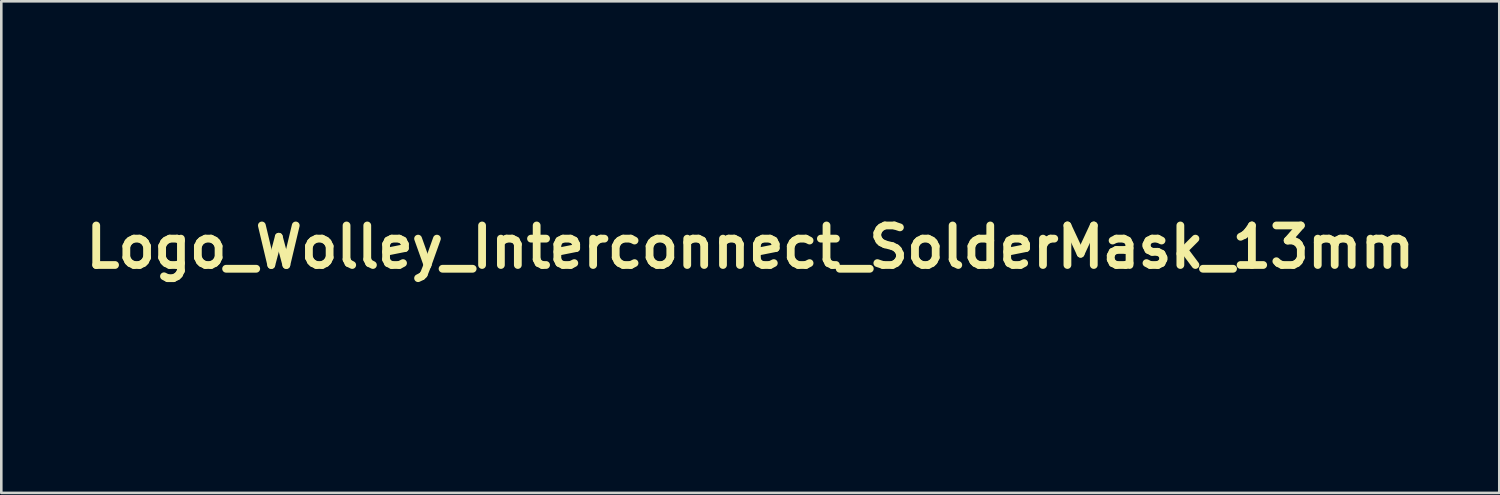
<source format=kicad_pcb>
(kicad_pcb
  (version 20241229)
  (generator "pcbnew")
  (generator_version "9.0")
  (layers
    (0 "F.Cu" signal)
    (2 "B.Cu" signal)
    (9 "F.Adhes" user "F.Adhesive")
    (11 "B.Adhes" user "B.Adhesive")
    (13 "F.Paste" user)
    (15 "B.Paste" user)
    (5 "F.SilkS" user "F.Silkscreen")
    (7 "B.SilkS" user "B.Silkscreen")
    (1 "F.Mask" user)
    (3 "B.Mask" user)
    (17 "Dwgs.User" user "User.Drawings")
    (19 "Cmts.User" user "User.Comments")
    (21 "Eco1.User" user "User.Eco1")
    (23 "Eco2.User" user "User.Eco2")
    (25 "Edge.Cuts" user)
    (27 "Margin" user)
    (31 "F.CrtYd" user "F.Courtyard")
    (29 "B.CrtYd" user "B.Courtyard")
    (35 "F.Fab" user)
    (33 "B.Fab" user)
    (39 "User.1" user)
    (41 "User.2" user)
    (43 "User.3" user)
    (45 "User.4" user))
  (footprint "Logo_Wolley_Interconnect_SolderMask_13mm"
    (layer "F.Cu")
    (at 25.879 6.478)
    (property "Reference" "Logo_Wolley_Interconnect_SolderMask_13mm" (at 0 0 0) (layer "F.SilkS") (effects (font (size 1.524 1.524) (thickness 0.3))))
    (attr through_hole)
    (fp_poly (pts (xy 1.492 4.038) (xy 1.503 4.042) (xy 1.509 4.05) (xy 1.512 4.06) (xy 1.51 4.074) (xy 1.505 4.089) (xy 1.496 4.106) (xy 1.484 4.125) (xy 1.47 4.144) (xy 1.453 4.164) (xy 1.433 4.184) (xy 1.412 4.203) (xy 1.388 4.222) (xy 1.366 4.238) (xy 1.353 4.247) (xy 1.339 4.255) (xy 1.328 4.262) (xy 1.327 4.262) (xy 1.317 4.268) (xy 1.306 4.274) (xy 1.294 4.279) (xy 1.282 4.285) (xy 1.273 4.289) (xy 1.266 4.291) (xy 1.264 4.292) (xy 1.265 4.287) (xy 1.268 4.278) (xy 1.273 4.266) (xy 1.279 4.253) (xy 1.285 4.239) (xy 1.291 4.226) (xy 1.292 4.224) (xy 1.308 4.195) (xy 1.326 4.167) (xy 1.346 4.14) (xy 1.366 4.116) (xy 1.387 4.094) (xy 1.409 4.075) (xy 1.429 4.059) (xy 1.449 4.047) (xy 1.467 4.04) (xy 1.484 4.037) (xy 1.492 4.038)) (stroke (width 0.01) (type solid)) (fill yes) (layer "F.Mask"))
    (fp_poly (pts (xy -1.139 0.059) (xy -1.133 0.063) (xy -1.121 0.069) (xy -1.105 0.078) (xy -1.086 0.09) (xy -1.062 0.103) (xy -1.035 0.119) (xy -1.006 0.136) (xy -0.974 0.154) (xy -0.939 0.174) (xy -0.903 0.195) (xy -0.866 0.216) (xy -0.841 0.231) (xy -0.803 0.253) (xy -0.768 0.273) (xy -0.734 0.293) (xy -0.702 0.311) (xy -0.673 0.328) (xy -0.646 0.344) (xy -0.623 0.357) (xy -0.603 0.369) (xy -0.588 0.378) (xy -0.576 0.384) (xy -0.57 0.388) (xy -0.568 0.39) (xy -0.567 0.393) (xy -0.567 0.402) (xy -0.567 0.416) (xy -0.567 0.435) (xy -0.566 0.459) (xy -0.566 0.487) (xy -0.566 0.518) (xy -0.566 0.553) (xy -0.566 0.591) (xy -0.566 0.631) (xy -0.566 0.674) (xy -0.566 0.719) (xy -0.566 0.738) (xy -0.567 1.084) (xy -0.866 0.911) (xy -1.166 0.738) (xy -1.166 0.39) (xy -1.167 0.043) (xy -1.139 0.059)) (stroke (width 0.01) (type solid)) (fill yes) (layer "F.Mask"))
    (fp_poly (pts (xy 1.916 4.784) (xy 1.919 4.788) (xy 1.917 4.796) (xy 1.916 4.799) (xy 1.911 4.808) (xy 1.903 4.82) (xy 1.892 4.833) (xy 1.878 4.85) (xy 1.86 4.87) (xy 1.838 4.893) (xy 1.825 4.907) (xy 1.795 4.937) (xy 1.768 4.963) (xy 1.744 4.984) (xy 1.723 5.002) (xy 1.704 5.016) (xy 1.686 5.027) (xy 1.67 5.035) (xy 1.655 5.041) (xy 1.652 5.041) (xy 1.636 5.045) (xy 1.625 5.046) (xy 1.617 5.044) (xy 1.615 5.042) (xy 1.613 5.036) (xy 1.616 5.026) (xy 1.622 5.013) (xy 1.632 4.997) (xy 1.645 4.98) (xy 1.66 4.961) (xy 1.678 4.942) (xy 1.694 4.926) (xy 1.709 4.912) (xy 1.728 4.896) (xy 1.748 4.88) (xy 1.77 4.864) (xy 1.792 4.848) (xy 1.815 4.833) (xy 1.836 4.819) (xy 1.856 4.806) (xy 1.874 4.796) (xy 1.89 4.789) (xy 1.901 4.784) (xy 1.908 4.783) (xy 1.916 4.784)) (stroke (width 0.01) (type solid)) (fill yes) (layer "F.Mask"))
    (fp_poly (pts (xy 0.601 3.499) (xy 0.604 3.504) (xy 0.603 3.513) (xy 0.599 3.527) (xy 0.599 3.527) (xy 0.59 3.554) (xy 0.577 3.585) (xy 0.561 3.619) (xy 0.542 3.656) (xy 0.521 3.694) (xy 0.498 3.733) (xy 0.474 3.772) (xy 0.448 3.811) (xy 0.422 3.849) (xy 0.396 3.885) (xy 0.37 3.919) (xy 0.345 3.949) (xy 0.333 3.962) (xy 0.32 3.976) (xy 0.309 3.988) (xy 0.297 4) (xy 0.284 4.011) (xy 0.268 4.025) (xy 0.259 4.033) (xy 0.255 4.035) (xy 0.254 4.034) (xy 0.255 4.03) (xy 0.259 4.021) (xy 0.265 4.009) (xy 0.273 3.993) (xy 0.282 3.975) (xy 0.292 3.955) (xy 0.303 3.934) (xy 0.314 3.913) (xy 0.325 3.891) (xy 0.335 3.871) (xy 0.343 3.856) (xy 0.364 3.82) (xy 0.385 3.783) (xy 0.406 3.747) (xy 0.428 3.712) (xy 0.45 3.678) (xy 0.471 3.645) (xy 0.492 3.615) (xy 0.512 3.587) (xy 0.531 3.563) (xy 0.548 3.542) (xy 0.563 3.524) (xy 0.576 3.511) (xy 0.586 3.503) (xy 0.588 3.503) (xy 0.596 3.499) (xy 0.601 3.499)) (stroke (width 0.01) (type solid)) (fill yes) (layer "F.Mask"))
    (fp_poly (pts (xy 1.185 3.501) (xy 1.186 3.508) (xy 1.184 3.52) (xy 1.179 3.537) (xy 1.17 3.558) (xy 1.159 3.584) (xy 1.15 3.603) (xy 1.126 3.652) (xy 1.098 3.703) (xy 1.067 3.754) (xy 1.035 3.805) (xy 1.003 3.853) (xy 0.97 3.897) (xy 0.938 3.937) (xy 0.937 3.938) (xy 0.928 3.949) (xy 0.916 3.961) (xy 0.903 3.975) (xy 0.889 3.988) (xy 0.876 4.002) (xy 0.863 4.014) (xy 0.853 4.024) (xy 0.845 4.03) (xy 0.841 4.033) (xy 0.837 4.035) (xy 0.836 4.034) (xy 0.837 4.029) (xy 0.839 4.025) (xy 0.842 4.018) (xy 0.848 4.006) (xy 0.856 3.991) (xy 0.865 3.972) (xy 0.875 3.952) (xy 0.887 3.931) (xy 0.898 3.909) (xy 0.909 3.887) (xy 0.92 3.867) (xy 0.93 3.849) (xy 0.938 3.834) (xy 0.939 3.832) (xy 0.963 3.789) (xy 0.988 3.747) (xy 1.013 3.706) (xy 1.039 3.667) (xy 1.063 3.631) (xy 1.087 3.598) (xy 1.109 3.568) (xy 1.13 3.543) (xy 1.148 3.523) (xy 1.149 3.522) (xy 1.163 3.509) (xy 1.173 3.501) (xy 1.18 3.499) (xy 1.185 3.501)) (stroke (width 0.01) (type solid)) (fill yes) (layer "F.Mask"))
    (fp_poly (pts (xy -2.894 -2.955) (xy -2.886 -2.95) (xy -2.874 -2.943) (xy -2.857 -2.934) (xy -2.837 -2.922) (xy -2.813 -2.908) (xy -2.785 -2.892) (xy -2.755 -2.875) (xy -2.722 -2.856) (xy -2.687 -2.836) (xy -2.65 -2.814) (xy -2.612 -2.792) (xy -2.596 -2.783) (xy -2.298 -2.611) (xy -2.298 -2.264) (xy -2.298 -2.219) (xy -2.298 -2.175) (xy -2.298 -2.134) (xy -2.298 -2.095) (xy -2.298 -2.059) (xy -2.298 -2.026) (xy -2.298 -1.996) (xy -2.298 -1.971) (xy -2.298 -1.95) (xy -2.298 -1.934) (xy -2.298 -1.923) (xy -2.299 -1.917) (xy -2.299 -1.917) (xy -2.301 -1.918) (xy -2.309 -1.923) (xy -2.321 -1.93) (xy -2.337 -1.939) (xy -2.358 -1.951) (xy -2.382 -1.964) (xy -2.409 -1.98) (xy -2.439 -1.997) (xy -2.472 -2.016) (xy -2.507 -2.037) (xy -2.544 -2.058) (xy -2.582 -2.08) (xy -2.599 -2.09) (xy -2.899 -2.263) (xy -2.899 -2.61) (xy -2.899 -2.655) (xy -2.899 -2.699) (xy -2.899 -2.74) (xy -2.899 -2.779) (xy -2.899 -2.815) (xy -2.899 -2.848) (xy -2.899 -2.877) (xy -2.898 -2.903) (xy -2.898 -2.923) (xy -2.898 -2.939) (xy -2.897 -2.95) (xy -2.897 -2.956) (xy -2.897 -2.956) (xy -2.894 -2.955)) (stroke (width 0.01) (type solid)) (fill yes) (layer "F.Mask"))
    (fp_poly (pts (xy -2.892 -0.953) (xy -2.884 -0.948) (xy -2.872 -0.941) (xy -2.855 -0.932) (xy -2.835 -0.92) (xy -2.811 -0.907) (xy -2.785 -0.892) (xy -2.756 -0.875) (xy -2.726 -0.857) (xy -2.693 -0.838) (xy -2.675 -0.828) (xy -2.64 -0.808) (xy -2.604 -0.787) (xy -2.569 -0.767) (xy -2.534 -0.747) (xy -2.502 -0.728) (xy -2.471 -0.71) (xy -2.443 -0.694) (xy -2.419 -0.68) (xy -2.398 -0.668) (xy -2.382 -0.659) (xy -2.381 -0.658) (xy -2.361 -0.647) (xy -2.343 -0.636) (xy -2.327 -0.627) (xy -2.314 -0.62) (xy -2.305 -0.614) (xy -2.301 -0.611) (xy -2.3 -0.611) (xy -2.3 -0.608) (xy -2.3 -0.599) (xy -2.299 -0.585) (xy -2.299 -0.566) (xy -2.299 -0.542) (xy -2.299 -0.514) (xy -2.299 -0.483) (xy -2.299 -0.448) (xy -2.298 -0.41) (xy -2.298 -0.369) (xy -2.298 -0.327) (xy -2.299 -0.282) (xy -2.299 -0.263) (xy -2.299 0.084) (xy -2.599 -0.089) (xy -2.898 -0.262) (xy -2.899 -0.609) (xy -2.899 -0.663) (xy -2.899 -0.711) (xy -2.899 -0.754) (xy -2.899 -0.792) (xy -2.899 -0.825) (xy -2.899 -0.853) (xy -2.899 -0.877) (xy -2.899 -0.897) (xy -2.898 -0.914) (xy -2.898 -0.927) (xy -2.898 -0.937) (xy -2.897 -0.945) (xy -2.897 -0.95) (xy -2.896 -0.953) (xy -2.896 -0.954) (xy -2.895 -0.954) (xy -2.892 -0.953)) (stroke (width 0.01) (type solid)) (fill yes) (layer "F.Mask"))
    (fp_poly (pts (xy 1.165 -4.453) (xy 1.165 -4.445) (xy 1.165 -4.43) (xy 1.166 -4.411) (xy 1.166 -4.386) (xy 1.166 -4.356) (xy 1.166 -4.321) (xy 1.166 -4.282) (xy 1.166 -4.239) (xy 1.166 -4.191) (xy 1.166 -4.14) (xy 1.166 -4.11) (xy 1.166 -3.763) (xy -0.381 -2.87) (xy -0.471 -2.818) (xy -0.56 -2.767) (xy -0.648 -2.716) (xy -0.734 -2.666) (xy -0.819 -2.617) (xy -0.902 -2.569) (xy -0.983 -2.523) (xy -1.062 -2.477) (xy -1.139 -2.433) (xy -1.213 -2.39) (xy -1.285 -2.348) (xy -1.354 -2.308) (xy -1.421 -2.27) (xy -1.484 -2.233) (xy -1.545 -2.198) (xy -1.602 -2.165) (xy -1.656 -2.134) (xy -1.706 -2.105) (xy -1.752 -2.078) (xy -1.795 -2.054) (xy -1.834 -2.031) (xy -1.868 -2.012) (xy -1.898 -1.994) (xy -1.924 -1.979) (xy -1.945 -1.967) (xy -1.961 -1.958) (xy -1.973 -1.951) (xy -1.979 -1.947) (xy -1.98 -1.947) (xy -2.032 -1.917) (xy -2.032 -2.611) (xy -0.435 -3.533) (xy -0.344 -3.586) (xy -0.254 -3.638) (xy -0.165 -3.689) (xy -0.079 -3.739) (xy 0.007 -3.788) (xy 0.09 -3.836) (xy 0.171 -3.883) (xy 0.25 -3.929) (xy 0.327 -3.973) (xy 0.402 -4.016) (xy 0.474 -4.058) (xy 0.543 -4.098) (xy 0.609 -4.136) (xy 0.672 -4.172) (xy 0.732 -4.207) (xy 0.789 -4.24) (xy 0.843 -4.271) (xy 0.892 -4.299) (xy 0.939 -4.326) (xy 0.981 -4.35) (xy 1.019 -4.372) (xy 1.053 -4.392) (xy 1.083 -4.409) (xy 1.108 -4.424) (xy 1.129 -4.436) (xy 1.145 -4.445) (xy 1.157 -4.452) (xy 1.163 -4.455) (xy 1.164 -4.456) (xy 1.165 -4.453)) (stroke (width 0.01) (type solid)) (fill yes) (layer "F.Mask"))
    (fp_poly (pts (xy 2.899 -0.763) (xy 1.302 0.16) (xy 1.21 0.213) (xy 1.12 0.264) (xy 1.032 0.316) (xy 0.945 0.366) (xy 0.86 0.415) (xy 0.776 0.463) (xy 0.695 0.51) (xy 0.616 0.556) (xy 0.539 0.6) (xy 0.465 0.643) (xy 0.393 0.684) (xy 0.324 0.724) (xy 0.257 0.763) (xy 0.194 0.799) (xy 0.134 0.834) (xy 0.077 0.866) (xy 0.024 0.897) (xy -0.026 0.926) (xy -0.072 0.953) (xy -0.114 0.977) (xy -0.153 0.999) (xy -0.187 1.019) (xy -0.217 1.036) (xy -0.242 1.05) (xy -0.263 1.062) (xy -0.279 1.072) (xy -0.29 1.078) (xy -0.296 1.082) (xy -0.298 1.082) (xy -0.298 1.079) (xy -0.298 1.071) (xy -0.298 1.057) (xy -0.298 1.038) (xy -0.299 1.015) (xy -0.299 0.987) (xy -0.299 0.956) (xy -0.299 0.921) (xy -0.299 0.883) (xy -0.299 0.843) (xy -0.299 0.8) (xy -0.299 0.756) (xy -0.299 0.735) (xy -0.298 0.389) (xy 1.293 -0.53) (xy 1.384 -0.582) (xy 1.473 -0.634) (xy 1.562 -0.685) (xy 1.649 -0.735) (xy 1.734 -0.784) (xy 1.817 -0.833) (xy 1.898 -0.879) (xy 1.977 -0.925) (xy 2.054 -0.969) (xy 2.129 -1.012) (xy 2.201 -1.054) (xy 2.27 -1.094) (xy 2.336 -1.132) (xy 2.399 -1.169) (xy 2.459 -1.203) (xy 2.516 -1.236) (xy 2.57 -1.267) (xy 2.619 -1.296) (xy 2.666 -1.322) (xy 2.708 -1.347) (xy 2.746 -1.369) (xy 2.78 -1.389) (xy 2.81 -1.406) (xy 2.835 -1.421) (xy 2.856 -1.433) (xy 2.872 -1.442) (xy 2.884 -1.448) (xy 2.89 -1.452) (xy 2.891 -1.453) (xy 2.899 -1.458) (xy 2.899 -0.763)) (stroke (width 0.01) (type solid)) (fill yes) (layer "F.Mask"))
    (fp_poly (pts (xy 2.898 -3.453) (xy 2.898 -3.444) (xy 2.898 -3.43) (xy 2.898 -3.411) (xy 2.898 -3.388) (xy 2.899 -3.361) (xy 2.899 -3.329) (xy 2.899 -3.295) (xy 2.899 -3.257) (xy 2.899 -3.216) (xy 2.899 -3.174) (xy 2.899 -3.129) (xy 2.899 -3.109) (xy 2.898 -2.762) (xy 2.535 -2.553) (xy 2.492 -2.528) (xy 2.45 -2.503) (xy 2.41 -2.48) (xy 2.372 -2.458) (xy 2.336 -2.438) (xy 2.303 -2.419) (xy 2.273 -2.401) (xy 2.246 -2.386) (xy 2.222 -2.372) (xy 2.202 -2.361) (xy 2.187 -2.352) (xy 2.176 -2.345) (xy 2.169 -2.342) (xy 2.168 -2.341) (xy 2.165 -2.339) (xy 2.157 -2.335) (xy 2.144 -2.327) (xy 2.126 -2.317) (xy 2.104 -2.304) (xy 2.077 -2.289) (xy 2.046 -2.271) (xy 2.01 -2.25) (xy 1.97 -2.227) (xy 1.926 -2.202) (xy 1.878 -2.174) (xy 1.827 -2.144) (xy 1.771 -2.112) (xy 1.713 -2.078) (xy 1.651 -2.043) (xy 1.585 -2.005) (xy 1.517 -1.966) (xy 1.446 -1.924) (xy 1.372 -1.882) (xy 1.295 -1.837) (xy 1.215 -1.791) (xy 1.133 -1.744) (xy 1.049 -1.696) (xy 0.963 -1.646) (xy 0.875 -1.595) (xy 0.785 -1.543) (xy 0.693 -1.49) (xy 0.599 -1.436) (xy 0.504 -1.381) (xy 0.408 -1.325) (xy 0.363 -1.299) (xy 0.229 -1.222) (xy 0.1 -1.147) (xy -0.024 -1.075) (xy -0.144 -1.007) (xy -0.258 -0.941) (xy -0.367 -0.877) (xy -0.472 -0.817) (xy -0.573 -0.759) (xy -0.669 -0.703) (xy -0.76 -0.65) (xy -0.848 -0.6) (xy -0.931 -0.552) (xy -1.01 -0.506) (xy -1.085 -0.463) (xy -1.157 -0.421) (xy -1.225 -0.382) (xy -1.289 -0.345) (xy -1.349 -0.31) (xy -1.407 -0.277) (xy -1.46 -0.246) (xy -1.511 -0.217) (xy -1.558 -0.19) (xy -1.603 -0.164) (xy -1.644 -0.14) (xy -1.683 -0.118) (xy -1.719 -0.097) (xy -1.752 -0.078) (xy -1.783 -0.06) (xy -1.811 -0.043) (xy -1.837 -0.028) (xy -1.861 -0.014) (xy -1.883 -0.002) (xy -1.903 0.009) (xy -1.92 0.02) (xy -1.936 0.029) (xy -1.951 0.037) (xy -1.963 0.044) (xy -1.974 0.051) (xy -1.984 0.056) (xy -1.992 0.061) (xy -1.999 0.065) (xy -2.005 0.069) (xy -2.01 0.072) (xy -2.014 0.074) (xy -2.018 0.076) (xy -2.02 0.077) (xy -2.022 0.079) (xy -2.023 0.079) (xy -2.024 0.08) (xy -2.025 0.08) (xy -2.025 0.08) (xy -2.032 0.085) (xy -2.031 -0.263) (xy -2.03 -0.612) (xy 0.432 -2.034) (xy 0.546 -2.099) (xy 0.658 -2.164) (xy 0.769 -2.228) (xy 0.878 -2.291) (xy 0.986 -2.353) (xy 1.092 -2.414) (xy 1.196 -2.474) (xy 1.298 -2.533) (xy 1.398 -2.591) (xy 1.496 -2.648) (xy 1.591 -2.703) (xy 1.684 -2.756) (xy 1.775 -2.809) (xy 1.863 -2.86) (xy 1.948 -2.909) (xy 2.031 -2.956) (xy 2.11 -3.002) (xy 2.186 -3.046) (xy 2.259 -3.088) (xy 2.329 -3.128) (xy 2.395 -3.166) (xy 2.458 -3.203) (xy 2.517 -3.237) (xy 2.572 -3.268) (xy 2.623 -3.298) (xy 2.67 -3.325) (xy 2.714 -3.35) (xy 2.752 -3.373) (xy 2.787 -3.392) (xy 2.817 -3.41) (xy 2.842 -3.424) (xy 2.863 -3.436) (xy 2.879 -3.445) (xy 2.89 -3.452) (xy 2.896 -3.455) (xy 2.897 -3.456) (xy 2.898 -3.453)) (stroke (width 0.01) (type solid)) (fill yes) (layer "F.Mask"))
    (fp_poly (pts (xy 0.439 -5.031) (xy 0.448 -5.027) (xy 0.461 -5.019) (xy 0.478 -5.009) (xy 0.498 -4.998) (xy 0.522 -4.984) (xy 0.548 -4.969) (xy 0.577 -4.952) (xy 0.607 -4.935) (xy 0.639 -4.916) (xy 0.672 -4.897) (xy 0.706 -4.877) (xy 0.74 -4.857) (xy 0.774 -4.838) (xy 0.808 -4.818) (xy 0.841 -4.799) (xy 0.872 -4.78) (xy 0.902 -4.763) (xy 0.93 -4.747) (xy 0.955 -4.732) (xy 0.977 -4.719) (xy 0.996 -4.708) (xy 1.012 -4.698) (xy 1.023 -4.692) (xy 1.03 -4.687) (xy 1.032 -4.686) (xy 1.029 -4.684) (xy 1.021 -4.68) (xy 1.009 -4.673) (xy 0.991 -4.662) (xy 0.969 -4.65) (xy 0.943 -4.635) (xy 0.912 -4.617) (xy 0.878 -4.597) (xy 0.84 -4.575) (xy 0.798 -4.55) (xy 0.752 -4.524) (xy 0.703 -4.496) (xy 0.651 -4.466) (xy 0.596 -4.434) (xy 0.538 -4.401) (xy 0.478 -4.366) (xy 0.415 -4.329) (xy 0.35 -4.292) (xy 0.282 -4.253) (xy 0.213 -4.213) (xy 0.142 -4.172) (xy 0.069 -4.13) (xy -0.005 -4.087) (xy -0.08 -4.044) (xy -0.156 -4) (xy -0.234 -3.955) (xy -0.312 -3.91) (xy -0.39 -3.864) (xy -0.469 -3.819) (xy -0.548 -3.773) (xy -0.627 -3.727) (xy -0.706 -3.682) (xy -0.785 -3.636) (xy -0.863 -3.591) (xy -0.941 -3.546) (xy -1.018 -3.502) (xy -1.094 -3.458) (xy -1.168 -3.415) (xy -1.241 -3.373) (xy -1.313 -3.332) (xy -1.383 -3.291) (xy -1.451 -3.252) (xy -1.517 -3.214) (xy -1.581 -3.177) (xy -1.643 -3.141) (xy -1.702 -3.107) (xy -1.758 -3.075) (xy -1.811 -3.044) (xy -1.861 -3.015) (xy -1.908 -2.988) (xy -1.952 -2.963) (xy -1.991 -2.94) (xy -2.028 -2.919) (xy -2.06 -2.901) (xy -2.088 -2.885) (xy -2.111 -2.871) (xy -2.131 -2.86) (xy -2.145 -2.852) (xy -2.155 -2.846) (xy -2.16 -2.843) (xy -2.16 -2.843) (xy -2.162 -2.843) (xy -2.165 -2.844) (xy -2.169 -2.845) (xy -2.176 -2.848) (xy -2.184 -2.853) (xy -2.195 -2.859) (xy -2.209 -2.866) (xy -2.226 -2.875) (xy -2.246 -2.887) (xy -2.269 -2.9) (xy -2.297 -2.916) (xy -2.328 -2.934) (xy -2.364 -2.954) (xy -2.404 -2.977) (xy -2.449 -3.003) (xy -2.465 -3.012) (xy -2.504 -3.035) (xy -2.542 -3.057) (xy -2.577 -3.078) (xy -2.611 -3.097) (xy -2.642 -3.115) (xy -2.67 -3.132) (xy -2.696 -3.147) (xy -2.717 -3.159) (xy -2.735 -3.17) (xy -2.749 -3.178) (xy -2.758 -3.184) (xy -2.763 -3.187) (xy -2.763 -3.187) (xy -2.761 -3.189) (xy -2.753 -3.193) (xy -2.741 -3.201) (xy -2.723 -3.211) (xy -2.702 -3.223) (xy -2.675 -3.239) (xy -2.645 -3.256) (xy -2.611 -3.276) (xy -2.572 -3.298) (xy -2.53 -3.323) (xy -2.485 -3.349) (xy -2.436 -3.377) (xy -2.384 -3.407) (xy -2.329 -3.439) (xy -2.271 -3.473) (xy -2.211 -3.508) (xy -2.148 -3.544) (xy -2.083 -3.582) (xy -2.016 -3.62) (xy -1.946 -3.66) (xy -1.875 -3.701) (xy -1.803 -3.743) (xy -1.729 -3.786) (xy -1.654 -3.83) (xy -1.577 -3.874) (xy -1.5 -3.919) (xy -1.422 -3.964) (xy -1.343 -4.009) (xy -1.264 -4.055) (xy -1.185 -4.1) (xy -1.106 -4.146) (xy -1.027 -4.192) (xy -0.948 -4.237) (xy -0.869 -4.282) (xy -0.792 -4.327) (xy -0.715 -4.372) (xy -0.639 -4.415) (xy -0.564 -4.459) (xy -0.491 -4.501) (xy -0.419 -4.542) (xy -0.349 -4.583) (xy -0.28 -4.622) (xy -0.214 -4.66) (xy -0.15 -4.697) (xy -0.088 -4.733) (xy -0.029 -4.767) (xy 0.027 -4.8) (xy 0.081 -4.83) (xy 0.131 -4.859) (xy 0.179 -4.887) (xy 0.222 -4.912) (xy 0.263 -4.935) (xy 0.299 -4.956) (xy 0.332 -4.975) (xy 0.36 -4.991) (xy 0.384 -5.005) (xy 0.404 -5.016) (xy 0.419 -5.024) (xy 0.429 -5.03) (xy 0.434 -5.033) (xy 0.435 -5.033) (xy 0.439 -5.031)) (stroke (width 0.01) (type solid)) (fill yes) (layer "F.Mask"))
    (fp_poly (pts (xy 2.171 -2.03) (xy 2.174 -2.028) (xy 2.183 -2.023) (xy 2.195 -2.016) (xy 2.212 -2.007) (xy 2.232 -1.995) (xy 2.255 -1.982) (xy 2.282 -1.967) (xy 2.31 -1.95) (xy 2.341 -1.933) (xy 2.373 -1.914) (xy 2.406 -1.895) (xy 2.44 -1.876) (xy 2.474 -1.856) (xy 2.508 -1.836) (xy 2.542 -1.817) (xy 2.574 -1.798) (xy 2.606 -1.78) (xy 2.636 -1.763) (xy 2.663 -1.747) (xy 2.688 -1.732) (xy 2.711 -1.719) (xy 2.73 -1.708) (xy 2.745 -1.699) (xy 2.756 -1.693) (xy 2.762 -1.689) (xy 2.764 -1.688) (xy 2.761 -1.686) (xy 2.754 -1.682) (xy 2.741 -1.674) (xy 2.724 -1.664) (xy 2.703 -1.651) (xy 2.676 -1.636) (xy 2.646 -1.619) (xy 2.612 -1.599) (xy 2.574 -1.576) (xy 2.532 -1.552) (xy 2.486 -1.526) (xy 2.438 -1.498) (xy 2.386 -1.468) (xy 2.331 -1.436) (xy 2.273 -1.402) (xy 2.213 -1.367) (xy 2.15 -1.331) (xy 2.085 -1.293) (xy 2.018 -1.255) (xy 1.949 -1.215) (xy 1.878 -1.174) (xy 1.805 -1.132) (xy 1.731 -1.089) (xy 1.656 -1.045) (xy 1.58 -1.001) (xy 1.503 -0.956) (xy 1.425 -0.911) (xy 1.346 -0.866) (xy 1.267 -0.82) (xy 1.188 -0.775) (xy 1.109 -0.729) (xy 1.03 -0.683) (xy 0.951 -0.638) (xy 0.872 -0.592) (xy 0.795 -0.548) (xy 0.718 -0.503) (xy 0.642 -0.459) (xy 0.567 -0.416) (xy 0.494 -0.374) (xy 0.422 -0.332) (xy 0.352 -0.292) (xy 0.283 -0.252) (xy 0.217 -0.214) (xy 0.153 -0.177) (xy 0.091 -0.142) (xy 0.032 -0.107) (xy -0.025 -0.075) (xy -0.078 -0.044) (xy -0.129 -0.015) (xy -0.176 0.012) (xy -0.22 0.038) (xy -0.26 0.061) (xy -0.297 0.082) (xy -0.33 0.1) (xy -0.358 0.117) (xy -0.382 0.131) (xy -0.402 0.142) (xy -0.417 0.151) (xy -0.428 0.157) (xy -0.433 0.16) (xy -0.434 0.16) (xy -0.437 0.158) (xy -0.445 0.154) (xy -0.457 0.147) (xy -0.474 0.138) (xy -0.494 0.126) (xy -0.519 0.112) (xy -0.546 0.096) (xy -0.576 0.079) (xy -0.609 0.06) (xy -0.644 0.04) (xy -0.681 0.018) (xy -0.72 -0.004) (xy -0.735 -0.013) (xy -0.774 -0.036) (xy -0.812 -0.057) (xy -0.848 -0.078) (xy -0.881 -0.098) (xy -0.912 -0.116) (xy -0.94 -0.132) (xy -0.966 -0.147) (xy -0.987 -0.159) (xy -1.005 -0.17) (xy -1.019 -0.178) (xy -1.028 -0.183) (xy -1.033 -0.186) (xy -1.033 -0.186) (xy -1.03 -0.188) (xy -1.023 -0.192) (xy -1.01 -0.2) (xy -0.993 -0.21) (xy -0.97 -0.223) (xy -0.944 -0.238) (xy -0.913 -0.256) (xy -0.877 -0.276) (xy -0.838 -0.299) (xy -0.795 -0.324) (xy -0.747 -0.351) (xy -0.697 -0.381) (xy -0.642 -0.412) (xy -0.584 -0.446) (xy -0.523 -0.481) (xy -0.459 -0.518) (xy -0.392 -0.557) (xy -0.322 -0.597) (xy -0.25 -0.639) (xy -0.174 -0.682) (xy -0.097 -0.727) (xy -0.017 -0.773) (xy 0.065 -0.821) (xy 0.149 -0.869) (xy 0.234 -0.919) (xy 0.322 -0.969) (xy 0.411 -1.02) (xy 0.501 -1.073) (xy 0.565 -1.11) (xy 0.676 -1.173) (xy 0.781 -1.234) (xy 0.881 -1.292) (xy 0.977 -1.347) (xy 1.067 -1.399) (xy 1.153 -1.449) (xy 1.235 -1.496) (xy 1.312 -1.54) (xy 1.384 -1.582) (xy 1.453 -1.622) (xy 1.518 -1.659) (xy 1.578 -1.694) (xy 1.635 -1.727) (xy 1.688 -1.757) (xy 1.738 -1.786) (xy 1.784 -1.813) (xy 1.827 -1.837) (xy 1.867 -1.86) (xy 1.903 -1.881) (xy 1.937 -1.9) (xy 1.967 -1.918) (xy 1.995 -1.934) (xy 2.021 -1.948) (xy 2.044 -1.961) (xy 2.064 -1.973) (xy 2.083 -1.983) (xy 2.099 -1.992) (xy 2.113 -2) (xy 2.125 -2.007) (xy 2.136 -2.013) (xy 2.145 -2.017) (xy 2.152 -2.021) (xy 2.158 -2.024) (xy 2.163 -2.027) (xy 2.166 -2.028) (xy 2.169 -2.029) (xy 2.17 -2.03) (xy 2.171 -2.03)) (stroke (width 0.01) (type solid)) (fill yes) (layer "F.Mask"))
    (fp_poly (pts (xy 2.165 -4.03) (xy 2.17 -4.028) (xy 2.176 -4.025) (xy 2.185 -4.021) (xy 2.196 -4.015) (xy 2.21 -4.007) (xy 2.227 -3.998) (xy 2.248 -3.986) (xy 2.271 -3.973) (xy 2.299 -3.957) (xy 2.331 -3.939) (xy 2.367 -3.918) (xy 2.407 -3.895) (xy 2.453 -3.869) (xy 2.465 -3.861) (xy 2.504 -3.839) (xy 2.542 -3.817) (xy 2.578 -3.796) (xy 2.611 -3.777) (xy 2.642 -3.759) (xy 2.67 -3.742) (xy 2.696 -3.727) (xy 2.717 -3.715) (xy 2.735 -3.704) (xy 2.749 -3.696) (xy 2.758 -3.69) (xy 2.762 -3.687) (xy 2.763 -3.687) (xy 2.76 -3.685) (xy 2.752 -3.68) (xy 2.74 -3.673) (xy 2.722 -3.663) (xy 2.7 -3.65) (xy 2.673 -3.634) (xy 2.642 -3.616) (xy 2.607 -3.596) (xy 2.567 -3.573) (xy 2.524 -3.548) (xy 2.476 -3.52) (xy 2.425 -3.491) (xy 2.371 -3.459) (xy 2.313 -3.425) (xy 2.251 -3.39) (xy 2.187 -3.353) (xy 2.119 -3.314) (xy 2.049 -3.273) (xy 1.976 -3.231) (xy 1.9 -3.187) (xy 1.822 -3.142) (xy 1.742 -3.095) (xy 1.659 -3.048) (xy 1.575 -2.999) (xy 1.488 -2.949) (xy 1.4 -2.898) (xy 1.31 -2.846) (xy 1.219 -2.793) (xy 1.126 -2.739) (xy 1.032 -2.685) (xy 0.937 -2.63) (xy 0.841 -2.575) (xy 0.745 -2.519) (xy 0.647 -2.463) (xy 0.55 -2.407) (xy 0.451 -2.35) (xy 0.353 -2.293) (xy 0.255 -2.236) (xy 0.156 -2.18) (xy 0.058 -2.123) (xy -0.04 -2.067) (xy -0.137 -2.01) (xy -0.234 -1.955) (xy -0.329 -1.899) (xy -0.425 -1.844) (xy -0.519 -1.79) (xy -0.611 -1.737) (xy -0.703 -1.684) (xy -0.793 -1.632) (xy -0.881 -1.581) (xy -0.968 -1.531) (xy -1.053 -1.482) (xy -1.136 -1.434) (xy -1.216 -1.387) (xy -1.295 -1.342) (xy -1.371 -1.298) (xy -1.444 -1.256) (xy -1.515 -1.215) (xy -1.583 -1.176) (xy -1.647 -1.139) (xy -1.709 -1.103) (xy -1.768 -1.07) (xy -1.823 -1.038) (xy -1.874 -1.008) (xy -1.922 -0.981) (xy -1.966 -0.956) (xy -2.006 -0.933) (xy -2.042 -0.912) (xy -2.073 -0.894) (xy -2.1 -0.878) (xy -2.123 -0.865) (xy -2.141 -0.855) (xy -2.154 -0.847) (xy -2.163 -0.842) (xy -2.166 -0.841) (xy -2.166 -0.841) (xy -2.169 -0.842) (xy -2.177 -0.847) (xy -2.189 -0.854) (xy -2.206 -0.863) (xy -2.227 -0.875) (xy -2.251 -0.889) (xy -2.278 -0.904) (xy -2.309 -0.922) (xy -2.341 -0.941) (xy -2.376 -0.961) (xy -2.413 -0.982) (xy -2.452 -1.004) (xy -2.467 -1.013) (xy -2.506 -1.036) (xy -2.543 -1.057) (xy -2.579 -1.078) (xy -2.613 -1.097) (xy -2.644 -1.115) (xy -2.672 -1.132) (xy -2.697 -1.146) (xy -2.719 -1.159) (xy -2.737 -1.169) (xy -2.751 -1.177) (xy -2.76 -1.183) (xy -2.765 -1.186) (xy -2.765 -1.186) (xy -2.763 -1.187) (xy -2.755 -1.192) (xy -2.744 -1.199) (xy -2.728 -1.208) (xy -2.708 -1.219) (xy -2.686 -1.233) (xy -2.66 -1.247) (xy -2.632 -1.264) (xy -2.602 -1.281) (xy -2.57 -1.3) (xy -2.537 -1.319) (xy -2.503 -1.338) (xy -2.469 -1.358) (xy -2.435 -1.378) (xy -2.4 -1.398) (xy -2.367 -1.417) (xy -2.335 -1.436) (xy -2.304 -1.454) (xy -2.275 -1.471) (xy -2.248 -1.486) (xy -2.225 -1.5) (xy -2.204 -1.512) (xy -2.186 -1.522) (xy -2.173 -1.529) (xy -2.164 -1.534) (xy -2.16 -1.536) (xy -2.157 -1.538) (xy -2.149 -1.543) (xy -2.136 -1.55) (xy -2.118 -1.561) (xy -2.096 -1.573) (xy -2.069 -1.589) (xy -2.038 -1.607) (xy -2.002 -1.627) (xy -1.963 -1.65) (xy -1.92 -1.675) (xy -1.873 -1.702) (xy -1.822 -1.731) (xy -1.768 -1.763) (xy -1.711 -1.795) (xy -1.651 -1.83) (xy -1.588 -1.867) (xy -1.522 -1.905) (xy -1.453 -1.944) (xy -1.382 -1.985) (xy -1.309 -2.028) (xy -1.234 -2.071) (xy -1.156 -2.116) (xy -1.077 -2.162) (xy -0.996 -2.209) (xy -0.913 -2.256) (xy -0.829 -2.305) (xy -0.744 -2.354) (xy -0.657 -2.404) (xy -0.57 -2.454) (xy -0.482 -2.505) (xy -0.393 -2.557) (xy -0.304 -2.608) (xy -0.215 -2.66) (xy -0.125 -2.711) (xy -0.035 -2.763) (xy 0.054 -2.815) (xy 0.144 -2.867) (xy 0.232 -2.918) (xy 0.321 -2.969) (xy 0.408 -3.019) (xy 0.495 -3.069) (xy 0.58 -3.119) (xy 0.664 -3.167) (xy 0.747 -3.215) (xy 0.828 -3.262) (xy 0.908 -3.308) (xy 0.986 -3.353) (xy 1.062 -3.397) (xy 1.136 -3.439) (xy 1.207 -3.481) (xy 1.276 -3.521) (xy 1.342 -3.559) (xy 1.406 -3.596) (xy 1.467 -3.631) (xy 1.525 -3.664) (xy 1.579 -3.696) (xy 1.63 -3.725) (xy 1.678 -3.753) (xy 1.722 -3.778) (xy 1.762 -3.801) (xy 1.794 -3.82) (xy 1.837 -3.845) (xy 1.879 -3.869) (xy 1.919 -3.892) (xy 1.957 -3.914) (xy 1.993 -3.935) (xy 2.026 -3.954) (xy 2.056 -3.971) (xy 2.083 -3.987) (xy 2.107 -4) (xy 2.126 -4.011) (xy 2.142 -4.02) (xy 2.153 -4.027) (xy 2.159 -4.03) (xy 2.16 -4.031) (xy 2.162 -4.031) (xy 2.165 -4.03)) (stroke (width 0.01) (type solid)) (fill yes) (layer "F.Mask"))
    (fp_poly (pts (xy 4.535 6.473) (xy -4.535 6.473) (xy -4.535 4.725) (xy -2.532 4.725) (xy -2.53 4.763) (xy -2.524 4.796) (xy -2.515 4.825) (xy -2.502 4.85) (xy -2.486 4.87) (xy -2.466 4.886) (xy -2.443 4.898) (xy -2.416 4.905) (xy -2.414 4.906) (xy -2.395 4.909) (xy -2.379 4.91) (xy -2.362 4.909) (xy -2.349 4.907) (xy -2.316 4.899) (xy -2.281 4.885) (xy -2.243 4.866) (xy -2.203 4.842) (xy -2.161 4.812) (xy -2.116 4.776) (xy -2.079 4.744) (xy -2.043 4.711) (xy -2.004 4.672) (xy -1.964 4.63) (xy -1.924 4.586) (xy -1.884 4.54) (xy -1.845 4.494) (xy -1.809 4.448) (xy -1.775 4.403) (xy -1.745 4.36) (xy -1.737 4.348) (xy -1.73 4.339) (xy -1.725 4.331) (xy -1.722 4.327) (xy -1.721 4.327) (xy -1.721 4.329) (xy -1.721 4.337) (xy -1.721 4.349) (xy -1.721 4.364) (xy -1.722 4.376) (xy -1.723 4.42) (xy -1.721 4.464) (xy -1.718 4.506) (xy -1.713 4.547) (xy -1.707 4.583) (xy -1.701 4.606) (xy -1.688 4.644) (xy -1.671 4.676) (xy -1.651 4.704) (xy -1.628 4.727) (xy -1.6 4.744) (xy -1.57 4.757) (xy -1.535 4.766) (xy -1.497 4.769) (xy -1.489 4.769) (xy -1.468 4.768) (xy -1.449 4.766) (xy -1.431 4.762) (xy -1.413 4.756) (xy -1.391 4.746) (xy -1.385 4.744) (xy -1.356 4.728) (xy -1.326 4.71) (xy -1.296 4.69) (xy -1.266 4.665) (xy -1.234 4.637) (xy -1.199 4.604) (xy -1.188 4.593) (xy -1.132 4.534) (xy -1.078 4.47) (xy -1.071 4.461) (xy -0.828 4.461) (xy -0.827 4.488) (xy -0.825 4.512) (xy -0.822 4.534) (xy -0.82 4.543) (xy -0.808 4.578) (xy -0.792 4.61) (xy -0.772 4.637) (xy -0.748 4.66) (xy -0.72 4.678) (xy -0.69 4.691) (xy -0.677 4.694) (xy -0.658 4.698) (xy -0.635 4.699) (xy -0.611 4.699) (xy -0.588 4.697) (xy -0.567 4.693) (xy -0.564 4.693) (xy -0.526 4.68) (xy -0.488 4.661) (xy -0.449 4.636) (xy -0.412 4.607) (xy -0.386 4.583) (xy -0.363 4.56) (xy -0.325 4.558) (xy -0.282 4.554) (xy -0.244 4.547) (xy -0.207 4.534) (xy -0.171 4.518) (xy -0.169 4.517) (xy -0.153 4.507) (xy -0.137 4.497) (xy -0.121 4.485) (xy -0.108 4.475) (xy -0.1 4.467) (xy -0.094 4.462) (xy -0.091 4.46) (xy -0.09 4.46) (xy -0.089 4.462) (xy -0.088 4.469) (xy -0.088 4.477) (xy -0.085 4.517) (xy -0.079 4.555) (xy -0.069 4.591) (xy -0.055 4.624) (xy -0.038 4.652) (xy -0.021 4.673) (xy -0.001 4.691) (xy 0.02 4.705) (xy 0.045 4.716) (xy 0.051 4.718) (xy 0.069 4.722) (xy 0.09 4.724) (xy 0.113 4.724) (xy 0.136 4.722) (xy 0.159 4.718) (xy 0.168 4.715) (xy 0.206 4.701) (xy 0.245 4.682) (xy 0.285 4.658) (xy 0.325 4.63) (xy 0.338 4.619) (xy 0.352 4.607) (xy 0.368 4.592) (xy 0.387 4.575) (xy 0.407 4.556) (xy 0.426 4.537) (xy 0.444 4.519) (xy 0.46 4.502) (xy 0.467 4.494) (xy 0.476 4.484) (xy 0.484 4.475) (xy 0.49 4.469) (xy 0.493 4.466) (xy 0.493 4.466) (xy 0.494 4.469) (xy 0.495 4.476) (xy 0.496 4.487) (xy 0.497 4.501) (xy 0.497 4.501) (xy 0.501 4.541) (xy 0.509 4.578) (xy 0.521 4.612) (xy 0.537 4.642) (xy 0.556 4.668) (xy 0.579 4.689) (xy 0.604 4.706) (xy 0.632 4.718) (xy 0.646 4.721) (xy 0.678 4.725) (xy 0.712 4.723) (xy 0.748 4.716) (xy 0.785 4.703) (xy 0.823 4.685) (xy 0.86 4.663) (xy 0.886 4.645) (xy 0.915 4.622) (xy 0.945 4.597) (xy 0.975 4.57) (xy 1.004 4.542) (xy 1.032 4.513) (xy 1.053 4.49) (xy 1.07 4.471) (xy 1.077 4.494) (xy 1.088 4.521) (xy 1.101 4.545) (xy 1.117 4.566) (xy 1.134 4.584) (xy 1.153 4.601) (xy 1.171 4.615) (xy 1.19 4.626) (xy 1.211 4.635) (xy 1.22 4.638) (xy 1.26 4.649) (xy 1.303 4.655) (xy 1.347 4.655) (xy 1.392 4.651) (xy 1.437 4.641) (xy 1.482 4.626) (xy 1.513 4.612) (xy 1.544 4.596) (xy 1.574 4.578) (xy 1.602 4.557) (xy 1.632 4.533) (xy 1.663 4.504) (xy 1.684 4.483) (xy 1.698 4.469) (xy 1.707 4.46) (xy 1.714 4.454) (xy 1.718 4.451) (xy 1.721 4.451) (xy 1.722 4.452) (xy 1.733 4.477) (xy 1.747 4.498) (xy 1.765 4.513) (xy 1.786 4.524) (xy 1.811 4.53) (xy 1.838 4.531) (xy 1.868 4.527) (xy 1.893 4.52) (xy 1.91 4.514) (xy 1.925 4.508) (xy 1.939 4.501) (xy 1.954 4.492) (xy 1.972 4.481) (xy 1.981 4.475) (xy 2.004 4.459) (xy 2.027 4.44) (xy 2.053 4.418) (xy 2.08 4.393) (xy 2.109 4.365) (xy 2.142 4.332) (xy 2.177 4.295) (xy 2.186 4.286) (xy 2.214 4.256) (xy 2.169 4.345) (xy 2.152 4.377) (xy 2.136 4.408) (xy 2.12 4.438) (xy 2.105 4.467) (xy 2.091 4.494) (xy 2.078 4.518) (xy 2.067 4.539) (xy 2.057 4.557) (xy 2.05 4.57) (xy 2.044 4.578) (xy 2.044 4.579) (xy 2.031 4.595) (xy 2.015 4.609) (xy 1.999 4.621) (xy 1.991 4.624) (xy 1.984 4.628) (xy 1.971 4.632) (xy 1.955 4.637) (xy 1.937 4.643) (xy 1.918 4.648) (xy 1.918 4.648) (xy 1.846 4.671) (xy 1.78 4.695) (xy 1.719 4.722) (xy 1.664 4.751) (xy 1.614 4.782) (xy 1.57 4.815) (xy 1.543 4.838) (xy 1.514 4.868) (xy 1.491 4.898) (xy 1.473 4.928) (xy 1.46 4.958) (xy 1.452 4.989) (xy 1.451 4.995) (xy 1.45 5.021) (xy 1.455 5.046) (xy 1.466 5.071) (xy 1.483 5.097) (xy 1.499 5.116) (xy 1.527 5.143) (xy 1.557 5.163) (xy 1.589 5.179) (xy 1.625 5.192) (xy 1.628 5.192) (xy 1.638 5.194) (xy 1.651 5.194) (xy 1.668 5.193) (xy 1.685 5.192) (xy 1.702 5.19) (xy 1.716 5.187) (xy 1.725 5.185) (xy 1.756 5.173) (xy 1.786 5.158) (xy 1.816 5.138) (xy 1.846 5.113) (xy 1.873 5.087) (xy 1.894 5.066) (xy 1.913 5.045) (xy 1.932 5.022) (xy 1.952 4.996) (xy 1.974 4.967) (xy 1.994 4.94) (xy 2.014 4.912) (xy 2.03 4.889) (xy 2.044 4.869) (xy 2.056 4.853) (xy 2.066 4.839) (xy 2.075 4.828) (xy 2.083 4.818) (xy 2.09 4.81) (xy 2.098 4.802) (xy 2.105 4.794) (xy 2.107 4.792) (xy 2.12 4.779) (xy 2.13 4.77) (xy 2.138 4.764) (xy 2.145 4.76) (xy 2.15 4.759) (xy 2.158 4.757) (xy 2.171 4.756) (xy 2.189 4.755) (xy 2.213 4.755) (xy 2.234 4.754) (xy 2.258 4.755) (xy 2.277 4.755) (xy 2.292 4.755) (xy 2.305 4.756) (xy 2.316 4.757) (xy 2.327 4.759) (xy 2.339 4.761) (xy 2.392 4.775) (xy 2.443 4.794) (xy 2.47 4.808) (xy 2.483 4.814) (xy 2.495 4.82) (xy 2.504 4.824) (xy 2.508 4.825) (xy 2.509 4.825) (xy 2.516 4.823) (xy 2.524 4.817) (xy 2.53 4.808) (xy 2.531 4.807) (xy 2.532 4.797) (xy 2.528 4.785) (xy 2.519 4.771) (xy 2.506 4.757) (xy 2.489 4.742) (xy 2.469 4.727) (xy 2.446 4.712) (xy 2.421 4.697) (xy 2.394 4.684) (xy 2.365 4.671) (xy 2.336 4.66) (xy 2.332 4.659) (xy 2.312 4.653) (xy 2.291 4.648) (xy 2.269 4.643) (xy 2.249 4.639) (xy 2.232 4.636) (xy 2.22 4.635) (xy 2.219 4.635) (xy 2.212 4.634) (xy 2.207 4.633) (xy 2.207 4.632) (xy 2.208 4.628) (xy 2.212 4.62) (xy 2.219 4.608) (xy 2.227 4.592) (xy 2.236 4.573) (xy 2.248 4.551) (xy 2.26 4.527) (xy 2.273 4.502) (xy 2.286 4.476) (xy 2.3 4.45) (xy 2.314 4.425) (xy 2.327 4.4) (xy 2.327 4.399) (xy 2.336 4.382) (xy 2.345 4.367) (xy 2.353 4.352) (xy 2.362 4.336) (xy 2.371 4.32) (xy 2.382 4.302) (xy 2.394 4.282) (xy 2.408 4.259) (xy 2.424 4.232) (xy 2.443 4.201) (xy 2.448 4.192) (xy 2.469 4.157) (xy 2.485 4.126) (xy 2.497 4.098) (xy 2.506 4.073) (xy 2.511 4.05) (xy 2.512 4.029) (xy 2.51 4.009) (xy 2.507 3.994) (xy 2.498 3.973) (xy 2.487 3.953) (xy 2.471 3.934) (xy 2.467 3.93) (xy 2.455 3.919) (xy 2.442 3.908) (xy 2.43 3.898) (xy 2.419 3.891) (xy 2.41 3.886) (xy 2.405 3.885) (xy 2.401 3.886) (xy 2.396 3.888) (xy 2.391 3.892) (xy 2.385 3.898) (xy 2.377 3.908) (xy 2.366 3.921) (xy 2.353 3.938) (xy 2.347 3.947) (xy 2.325 3.975) (xy 2.302 4.003) (xy 2.279 4.03) (xy 2.255 4.058) (xy 2.228 4.086) (xy 2.198 4.116) (xy 2.165 4.149) (xy 2.128 4.184) (xy 2.113 4.199) (xy 2.075 4.234) (xy 2.042 4.264) (xy 2.012 4.29) (xy 1.986 4.312) (xy 1.964 4.329) (xy 1.946 4.342) (xy 1.932 4.35) (xy 1.922 4.354) (xy 1.92 4.354) (xy 1.914 4.353) (xy 1.911 4.35) (xy 1.911 4.343) (xy 1.911 4.337) (xy 1.913 4.328) (xy 1.917 4.317) (xy 1.922 4.302) (xy 1.93 4.285) (xy 1.939 4.262) (xy 1.951 4.236) (xy 1.961 4.213) (xy 1.98 4.17) (xy 1.997 4.131) (xy 2.011 4.096) (xy 2.022 4.066) (xy 2.032 4.039) (xy 2.039 4.015) (xy 2.044 3.993) (xy 2.047 3.974) (xy 2.049 3.956) (xy 2.049 3.94) (xy 2.049 3.935) (xy 2.045 3.908) (xy 2.035 3.883) (xy 2.019 3.859) (xy 1.999 3.838) (xy 1.973 3.819) (xy 1.955 3.81) (xy 1.935 3.801) (xy 1.918 3.796) (xy 1.905 3.796) (xy 1.895 3.8) (xy 1.888 3.809) (xy 1.887 3.812) (xy 1.885 3.818) (xy 1.883 3.829) (xy 1.88 3.842) (xy 1.878 3.855) (xy 1.871 3.887) (xy 1.863 3.92) (xy 1.854 3.955) (xy 1.843 3.993) (xy 1.83 4.033) (xy 1.815 4.077) (xy 1.798 4.125) (xy 1.779 4.178) (xy 1.778 4.181) (xy 1.765 4.216) (xy 1.754 4.246) (xy 1.745 4.271) (xy 1.738 4.292) (xy 1.732 4.31) (xy 1.728 4.324) (xy 1.724 4.336) (xy 1.722 4.345) (xy 1.722 4.35) (xy 1.721 4.357) (xy 1.719 4.362) (xy 1.716 4.368) (xy 1.71 4.374) (xy 1.702 4.383) (xy 1.69 4.394) (xy 1.653 4.427) (xy 1.615 4.457) (xy 1.575 4.483) (xy 1.534 4.505) (xy 1.494 4.522) (xy 1.454 4.535) (xy 1.417 4.542) (xy 1.384 4.543) (xy 1.354 4.54) (xy 1.328 4.532) (xy 1.304 4.519) (xy 1.285 4.501) (xy 1.269 4.479) (xy 1.258 4.454) (xy 1.251 4.424) (xy 1.25 4.412) (xy 1.248 4.39) (xy 1.26 4.388) (xy 1.302 4.379) (xy 1.344 4.365) (xy 1.386 4.345) (xy 1.43 4.321) (xy 1.475 4.291) (xy 1.493 4.278) (xy 1.53 4.248) (xy 1.563 4.216) (xy 1.591 4.185) (xy 1.614 4.153) (xy 1.632 4.121) (xy 1.645 4.089) (xy 1.652 4.058) (xy 1.652 4.054) (xy 1.652 4.026) (xy 1.647 4) (xy 1.636 3.976) (xy 1.621 3.955) (xy 1.6 3.936) (xy 1.576 3.921) (xy 1.547 3.91) (xy 1.539 3.907) (xy 1.519 3.904) (xy 1.495 3.902) (xy 1.47 3.902) (xy 1.446 3.904) (xy 1.424 3.908) (xy 1.421 3.909) (xy 1.382 3.922) (xy 1.343 3.941) (xy 1.304 3.965) (xy 1.267 3.994) (xy 1.231 4.027) (xy 1.198 4.063) (xy 1.167 4.103) (xy 1.139 4.145) (xy 1.115 4.19) (xy 1.113 4.194) (xy 1.093 4.242) (xy 1.078 4.288) (xy 1.068 4.336) (xy 1.063 4.374) (xy 1.061 4.396) (xy 1.021 4.432) (xy 0.98 4.468) (xy 0.941 4.5) (xy 0.906 4.526) (xy 0.874 4.548) (xy 0.844 4.565) (xy 0.816 4.578) (xy 0.791 4.586) (xy 0.777 4.588) (xy 0.759 4.588) (xy 0.744 4.582) (xy 0.731 4.571) (xy 0.721 4.555) (xy 0.716 4.538) (xy 0.71 4.507) (xy 0.709 4.473) (xy 0.711 4.436) (xy 0.718 4.397) (xy 0.727 4.357) (xy 0.741 4.315) (xy 0.757 4.275) (xy 0.772 4.244) (xy 0.777 4.235) (xy 0.782 4.227) (xy 0.787 4.22) (xy 0.794 4.214) (xy 0.804 4.206) (xy 0.817 4.195) (xy 0.819 4.193) (xy 0.844 4.174) (xy 0.867 4.156) (xy 0.888 4.137) (xy 0.91 4.117) (xy 0.933 4.095) (xy 0.957 4.071) (xy 1 4.026) (xy 1.042 3.979) (xy 1.081 3.931) (xy 1.118 3.882) (xy 1.153 3.833) (xy 1.185 3.784) (xy 1.213 3.735) (xy 1.238 3.688) (xy 1.26 3.642) (xy 1.277 3.598) (xy 1.29 3.557) (xy 1.298 3.519) (xy 1.299 3.515) (xy 1.302 3.489) (xy 1.301 3.465) (xy 1.298 3.442) (xy 1.295 3.431) (xy 1.286 3.405) (xy 1.273 3.383) (xy 1.255 3.365) (xy 1.235 3.352) (xy 1.211 3.344) (xy 1.184 3.342) (xy 1.17 3.342) (xy 1.135 3.349) (xy 1.099 3.361) (xy 1.063 3.379) (xy 1.027 3.403) (xy 0.989 3.432) (xy 0.952 3.467) (xy 0.914 3.507) (xy 0.876 3.553) (xy 0.838 3.603) (xy 0.8 3.659) (xy 0.762 3.72) (xy 0.724 3.786) (xy 0.686 3.856) (xy 0.686 3.856) (xy 0.653 3.924) (xy 0.623 3.988) (xy 0.597 4.05) (xy 0.573 4.112) (xy 0.555 4.165) (xy 0.546 4.193) (xy 0.537 4.223) (xy 0.529 4.253) (xy 0.521 4.282) (xy 0.515 4.309) (xy 0.51 4.332) (xy 0.508 4.345) (xy 0.504 4.367) (xy 0.48 4.393) (xy 0.448 4.423) (xy 0.415 4.453) (xy 0.382 4.482) (xy 0.349 4.508) (xy 0.317 4.531) (xy 0.286 4.551) (xy 0.259 4.566) (xy 0.257 4.567) (xy 0.23 4.579) (xy 0.206 4.586) (xy 0.186 4.588) (xy 0.169 4.585) (xy 0.155 4.577) (xy 0.143 4.564) (xy 0.135 4.545) (xy 0.13 4.522) (xy 0.127 4.492) (xy 0.127 4.477) (xy 0.129 4.436) (xy 0.137 4.392) (xy 0.148 4.346) (xy 0.164 4.301) (xy 0.184 4.256) (xy 0.19 4.242) (xy 0.196 4.231) (xy 0.202 4.223) (xy 0.209 4.216) (xy 0.218 4.208) (xy 0.229 4.2) (xy 0.268 4.169) (xy 0.309 4.133) (xy 0.351 4.095) (xy 0.393 4.053) (xy 0.433 4.01) (xy 0.472 3.965) (xy 0.503 3.927) (xy 0.538 3.88) (xy 0.57 3.833) (xy 0.6 3.787) (xy 0.628 3.74) (xy 0.652 3.695) (xy 0.673 3.652) (xy 0.69 3.611) (xy 0.704 3.572) (xy 0.713 3.537) (xy 0.715 3.526) (xy 0.719 3.492) (xy 0.718 3.46) (xy 0.713 3.431) (xy 0.705 3.406) (xy 0.692 3.385) (xy 0.675 3.367) (xy 0.656 3.354) (xy 0.633 3.345) (xy 0.607 3.342) (xy 0.578 3.343) (xy 0.574 3.344) (xy 0.539 3.353) (xy 0.503 3.368) (xy 0.466 3.388) (xy 0.429 3.414) (xy 0.391 3.446) (xy 0.353 3.483) (xy 0.315 3.526) (xy 0.277 3.574) (xy 0.239 3.627) (xy 0.201 3.685) (xy 0.163 3.748) (xy 0.125 3.816) (xy 0.104 3.856) (xy 0.065 3.935) (xy 0.032 4.01) (xy 0.002 4.082) (xy -0.024 4.152) (xy -0.045 4.221) (xy -0.063 4.288) (xy -0.072 4.331) (xy -0.08 4.37) (xy -0.109 4.397) (xy -0.122 4.409) (xy -0.136 4.421) (xy -0.149 4.432) (xy -0.159 4.439) (xy -0.181 4.454) (xy -0.205 4.466) (xy -0.23 4.477) (xy -0.253 4.484) (xy -0.275 4.489) (xy -0.293 4.489) (xy -0.293 4.489) (xy -0.305 4.488) (xy -0.287 4.46) (xy -0.266 4.425) (xy -0.248 4.388) (xy -0.23 4.349) (xy -0.216 4.311) (xy -0.204 4.274) (xy -0.196 4.24) (xy -0.195 4.235) (xy -0.192 4.213) (xy -0.191 4.19) (xy -0.191 4.166) (xy -0.192 4.144) (xy -0.195 4.124) (xy -0.199 4.111) (xy -0.21 4.088) (xy -0.224 4.07) (xy -0.241 4.057) (xy -0.242 4.057) (xy -0.251 4.052) (xy -0.259 4.049) (xy -0.268 4.049) (xy -0.28 4.049) (xy -0.281 4.049) (xy -0.302 4.052) (xy -0.321 4.059) (xy -0.339 4.071) (xy -0.358 4.088) (xy -0.362 4.092) (xy -0.384 4.119) (xy -0.401 4.149) (xy -0.412 4.182) (xy -0.419 4.216) (xy -0.42 4.252) (xy -0.416 4.288) (xy -0.406 4.323) (xy -0.402 4.339) (xy -0.4 4.35) (xy -0.401 4.353) (xy -0.404 4.364) (xy -0.411 4.379) (xy -0.419 4.395) (xy -0.429 4.413) (xy -0.439 4.43) (xy -0.446 4.441) (xy -0.467 4.471) (xy -0.489 4.499) (xy -0.511 4.523) (xy -0.533 4.545) (xy -0.555 4.562) (xy -0.575 4.575) (xy -0.594 4.584) (xy -0.61 4.588) (xy -0.612 4.588) (xy -0.624 4.586) (xy -0.634 4.58) (xy -0.641 4.57) (xy -0.645 4.555) (xy -0.647 4.535) (xy -0.647 4.522) (xy -0.646 4.493) (xy -0.641 4.463) (xy -0.633 4.43) (xy -0.626 4.408) (xy -0.606 4.356) (xy -0.582 4.305) (xy -0.555 4.255) (xy -0.525 4.208) (xy -0.493 4.164) (xy -0.458 4.124) (xy -0.422 4.089) (xy -0.387 4.061) (xy -0.364 4.045) (xy -0.34 4.031) (xy -0.315 4.02) (xy -0.291 4.011) (xy -0.269 4.005) (xy -0.251 4.003) (xy -0.237 4.001) (xy -0.226 3.995) (xy -0.221 3.988) (xy -0.219 3.979) (xy -0.218 3.965) (xy -0.218 3.949) (xy -0.219 3.934) (xy -0.221 3.923) (xy -0.223 3.913) (xy -0.227 3.903) (xy -0.229 3.9) (xy -0.243 3.878) (xy -0.26 3.86) (xy -0.281 3.846) (xy -0.305 3.837) (xy -0.332 3.832) (xy -0.361 3.832) (xy -0.391 3.836) (xy -0.423 3.845) (xy -0.457 3.859) (xy -0.491 3.877) (xy -0.494 3.879) (xy -0.526 3.9) (xy -0.557 3.924) (xy -0.588 3.953) (xy -0.599 3.964) (xy -0.641 4.009) (xy -0.68 4.058) (xy -0.716 4.11) (xy -0.747 4.164) (xy -0.774 4.22) (xy -0.796 4.276) (xy -0.813 4.332) (xy -0.824 4.386) (xy -0.827 4.408) (xy -0.828 4.434) (xy -0.828 4.461) (xy -1.071 4.461) (xy -1.026 4.403) (xy -0.977 4.334) (xy -0.931 4.262) (xy -0.889 4.188) (xy -0.85 4.113) (xy -0.814 4.038) (xy -0.783 3.962) (xy -0.757 3.887) (xy -0.735 3.812) (xy -0.718 3.74) (xy -0.71 3.695) (xy -0.708 3.675) (xy -0.706 3.652) (xy -0.704 3.626) (xy -0.703 3.6) (xy -0.702 3.574) (xy -0.702 3.55) (xy -0.702 3.528) (xy -0.703 3.51) (xy -0.704 3.501) (xy -0.71 3.476) (xy -0.719 3.455) (xy -0.733 3.436) (xy -0.751 3.418) (xy -0.764 3.407) (xy -0.791 3.39) (xy -0.818 3.378) (xy -0.846 3.372) (xy -0.876 3.372) (xy -0.896 3.374) (xy -0.911 3.379) (xy -0.923 3.387) (xy -0.929 3.395) (xy -0.931 3.398) (xy -0.932 3.401) (xy -0.933 3.405) (xy -0.934 3.41) (xy -0.935 3.417) (xy -0.935 3.426) (xy -0.935 3.439) (xy -0.936 3.456) (xy -0.936 3.477) (xy -0.936 3.504) (xy -0.936 3.522) (xy -0.936 3.557) (xy -0.936 3.587) (xy -0.937 3.613) (xy -0.938 3.636) (xy -0.939 3.657) (xy -0.941 3.677) (xy -0.944 3.697) (xy -0.947 3.719) (xy -0.951 3.742) (xy -0.955 3.77) (xy -0.956 3.771) (xy -0.97 3.841) (xy -0.988 3.912) (xy -1.01 3.983) (xy -1.036 4.053) (xy -1.064 4.122) (xy -1.095 4.189) (xy -1.129 4.254) (xy -1.164 4.316) (xy -1.202 4.374) (xy -1.241 4.429) (xy -1.281 4.478) (xy -1.314 4.512) (xy -1.34 4.538) (xy -1.365 4.559) (xy -1.387 4.574) (xy -1.407 4.585) (xy -1.426 4.591) (xy -1.437 4.592) (xy -1.447 4.593) (xy -1.453 4.592) (xy -1.459 4.588) (xy -1.466 4.582) (xy -1.466 4.582) (xy -1.473 4.574) (xy -1.479 4.565) (xy -1.483 4.555) (xy -1.486 4.542) (xy -1.488 4.527) (xy -1.489 4.507) (xy -1.489 4.483) (xy -1.489 4.475) (xy -1.488 4.453) (xy -1.488 4.432) (xy -1.486 4.41) (xy -1.484 4.388) (xy -1.481 4.364) (xy -1.477 4.338) (xy -1.472 4.308) (xy -1.466 4.275) (xy -1.458 4.236) (xy -1.454 4.218) (xy -1.445 4.17) (xy -1.437 4.128) (xy -1.43 4.091) (xy -1.425 4.059) (xy -1.421 4.032) (xy -1.418 4.008) (xy -1.416 3.988) (xy -1.415 3.972) (xy -1.415 3.967) (xy -1.418 3.937) (xy -1.426 3.908) (xy -1.44 3.881) (xy -1.458 3.857) (xy -1.481 3.836) (xy -1.507 3.819) (xy -1.512 3.816) (xy -1.538 3.805) (xy -1.562 3.8) (xy -1.584 3.8) (xy -1.603 3.805) (xy -1.619 3.816) (xy -1.624 3.821) (xy -1.63 3.828) (xy -1.636 3.836) (xy -1.643 3.846) (xy -1.651 3.859) (xy -1.661 3.875) (xy -1.672 3.894) (xy -1.685 3.918) (xy -1.701 3.946) (xy -1.713 3.968) (xy -1.759 4.052) (xy -1.804 4.131) (xy -1.848 4.204) (xy -1.891 4.272) (xy -1.932 4.335) (xy -1.974 4.394) (xy -2.015 4.449) (xy -2.055 4.5) (xy -2.096 4.547) (xy -2.137 4.592) (xy -2.154 4.61) (xy -2.185 4.639) (xy -2.212 4.664) (xy -2.236 4.684) (xy -2.257 4.699) (xy -2.276 4.71) (xy -2.291 4.716) (xy -2.304 4.717) (xy -2.315 4.713) (xy -2.32 4.709) (xy -2.327 4.699) (xy -2.33 4.684) (xy -2.331 4.664) (xy -2.33 4.64) (xy -2.325 4.613) (xy -2.319 4.582) (xy -2.309 4.549) (xy -2.298 4.513) (xy -2.295 4.505) (xy -2.288 4.487) (xy -2.281 4.468) (xy -2.272 4.447) (xy -2.263 4.424) (xy -2.252 4.398) (xy -2.24 4.369) (xy -2.226 4.337) (xy -2.21 4.301) (xy -2.192 4.261) (xy -2.171 4.216) (xy -2.155 4.18) (xy -2.125 4.114) (xy -2.097 4.052) (xy -2.072 3.996) (xy -2.049 3.943) (xy -2.028 3.896) (xy -2.009 3.852) (xy -1.992 3.811) (xy -1.977 3.774) (xy -1.963 3.74) (xy -1.951 3.709) (xy -1.941 3.681) (xy -1.931 3.654) (xy -1.923 3.629) (xy -1.916 3.606) (xy -1.91 3.584) (xy -1.904 3.563) (xy -1.9 3.542) (xy -1.896 3.522) (xy -1.893 3.506) (xy -1.888 3.467) (xy -1.886 3.433) (xy -1.889 3.403) (xy -1.896 3.377) (xy -1.907 3.354) (xy -1.922 3.334) (xy -1.942 3.317) (xy -1.951 3.312) (xy -1.973 3.3) (xy -1.998 3.291) (xy -2.023 3.284) (xy -2.048 3.28) (xy -2.071 3.279) (xy -2.081 3.279) (xy -2.09 3.281) (xy -2.098 3.284) (xy -2.104 3.289) (xy -2.11 3.296) (xy -2.114 3.306) (xy -2.119 3.321) (xy -2.123 3.339) (xy -2.128 3.363) (xy -2.13 3.371) (xy -2.134 3.393) (xy -2.138 3.412) (xy -2.143 3.43) (xy -2.147 3.448) (xy -2.153 3.468) (xy -2.159 3.492) (xy -2.168 3.519) (xy -2.168 3.521) (xy -2.184 3.574) (xy -2.203 3.632) (xy -2.223 3.694) (xy -2.245 3.76) (xy -2.268 3.828) (xy -2.292 3.898) (xy -2.318 3.97) (xy -2.344 4.042) (xy -2.356 4.076) (xy -2.366 4.104) (xy -2.377 4.134) (xy -2.388 4.165) (xy -2.399 4.194) (xy -2.409 4.222) (xy -2.418 4.245) (xy -2.422 4.257) (xy -2.448 4.332) (xy -2.471 4.403) (xy -2.49 4.468) (xy -2.505 4.529) (xy -2.517 4.585) (xy -2.526 4.636) (xy -2.531 4.683) (xy -2.532 4.725) (xy -4.535 4.725) (xy -4.535 -3.264) (xy -3.163 -3.264) (xy -3.162 -2.686) (xy -3.161 -2.109) (xy -2.801 -1.901) (xy -2.758 -1.876) (xy -2.716 -1.852) (xy -2.677 -1.829) (xy -2.639 -1.807) (xy -2.603 -1.787) (xy -2.57 -1.768) (xy -2.54 -1.75) (xy -2.513 -1.735) (xy -2.489 -1.721) (xy -2.47 -1.71) (xy -2.455 -1.701) (xy -2.444 -1.694) (xy -2.437 -1.69) (xy -2.436 -1.69) (xy -2.436 -1.689) (xy -2.437 -1.687) (xy -2.439 -1.685) (xy -2.442 -1.683) (xy -2.448 -1.679) (xy -2.455 -1.674) (xy -2.465 -1.668) (xy -2.477 -1.66) (xy -2.492 -1.651) (xy -2.511 -1.64) (xy -2.532 -1.628) (xy -2.557 -1.613) (xy -2.586 -1.597) (xy -2.618 -1.578) (xy -2.655 -1.556) (xy -2.697 -1.532) (xy -2.743 -1.505) (xy -2.794 -1.476) (xy -2.796 -1.475) (xy -3.161 -1.264) (xy -3.161 -0.108) (xy -2.664 0.179) (xy -2.602 0.214) (xy -2.546 0.247) (xy -2.494 0.276) (xy -2.448 0.303) (xy -2.405 0.328) (xy -2.367 0.35) (xy -2.332 0.369) (xy -2.302 0.387) (xy -2.275 0.402) (xy -2.252 0.415) (xy -2.231 0.427) (xy -2.214 0.436) (xy -2.2 0.444) (xy -2.188 0.451) (xy -2.179 0.455) (xy -2.171 0.459) (xy -2.166 0.462) (xy -2.162 0.463) (xy -2.161 0.463) (xy -2.16 0.463) (xy -2.157 0.461) (xy -2.149 0.457) (xy -2.136 0.449) (xy -2.119 0.439) (xy -2.098 0.427) (xy -2.073 0.413) (xy -2.044 0.397) (xy -2.013 0.379) (xy -1.979 0.359) (xy -1.942 0.338) (xy -1.903 0.315) (xy -1.863 0.292) (xy -1.82 0.267) (xy -1.795 0.253) (xy -1.752 0.228) (xy -1.71 0.204) (xy -1.671 0.181) (xy -1.633 0.159) (xy -1.597 0.139) (xy -1.565 0.12) (xy -1.535 0.103) (xy -1.508 0.088) (xy -1.485 0.075) (xy -1.466 0.064) (xy -1.451 0.055) (xy -1.44 0.049) (xy -1.434 0.046) (xy -1.433 0.045) (xy -1.432 0.048) (xy -1.432 0.057) (xy -1.432 0.072) (xy -1.431 0.091) (xy -1.431 0.116) (xy -1.431 0.146) (xy -1.431 0.181) (xy -1.431 0.22) (xy -1.43 0.263) (xy -1.43 0.31) (xy -1.43 0.361) (xy -1.43 0.416) (xy -1.43 0.468) (xy -1.43 0.891) (xy -0.952 1.167) (xy -0.902 1.196) (xy -0.853 1.224) (xy -0.806 1.252) (xy -0.76 1.278) (xy -0.717 1.303) (xy -0.676 1.327) (xy -0.637 1.349) (xy -0.602 1.369) (xy -0.569 1.388) (xy -0.54 1.405) (xy -0.515 1.419) (xy -0.493 1.432) (xy -0.476 1.442) (xy -0.464 1.449) (xy -0.456 1.453) (xy -0.454 1.455) (xy -0.444 1.46) (xy -0.437 1.464) (xy -0.433 1.466) (xy -0.433 1.466) (xy -0.43 1.465) (xy -0.423 1.46) (xy -0.41 1.453) (xy -0.392 1.443) (xy -0.37 1.43) (xy -0.343 1.415) (xy -0.312 1.397) (xy -0.276 1.376) (xy -0.237 1.353) (xy -0.193 1.328) (xy -0.145 1.301) (xy -0.094 1.271) (xy -0.039 1.239) (xy 0.02 1.205) (xy 0.082 1.17) (xy 0.147 1.132) (xy 0.215 1.093) (xy 0.286 1.052) (xy 0.36 1.009) (xy 0.437 0.965) (xy 0.516 0.919) (xy 0.598 0.872) (xy 0.682 0.823) (xy 0.768 0.773) (xy 0.856 0.723) (xy 0.946 0.671) (xy 1.038 0.618) (xy 1.131 0.564) (xy 1.226 0.509) (xy 1.322 0.453) (xy 1.365 0.429) (xy 3.163 -0.609) (xy 3.162 -1.187) (xy 3.162 -1.764) (xy 2.801 -1.973) (xy 2.758 -1.998) (xy 2.716 -2.022) (xy 2.676 -2.045) (xy 2.638 -2.067) (xy 2.602 -2.088) (xy 2.569 -2.107) (xy 2.539 -2.124) (xy 2.512 -2.14) (xy 2.489 -2.153) (xy 2.469 -2.165) (xy 2.454 -2.174) (xy 2.443 -2.18) (xy 2.436 -2.184) (xy 2.435 -2.184) (xy 2.436 -2.186) (xy 2.44 -2.189) (xy 2.447 -2.193) (xy 2.457 -2.2) (xy 2.471 -2.208) (xy 2.488 -2.219) (xy 2.51 -2.232) (xy 2.535 -2.247) (xy 2.565 -2.264) (xy 2.599 -2.284) (xy 2.638 -2.306) (xy 2.681 -2.332) (xy 2.729 -2.359) (xy 2.782 -2.39) (xy 2.796 -2.398) (xy 3.161 -2.609) (xy 3.161 -3.765) (xy 2.667 -4.051) (xy 2.616 -4.08) (xy 2.567 -4.108) (xy 2.519 -4.136) (xy 2.474 -4.162) (xy 2.43 -4.187) (xy 2.389 -4.211) (xy 2.351 -4.233) (xy 2.315 -4.253) (xy 2.283 -4.272) (xy 2.254 -4.288) (xy 2.228 -4.303) (xy 2.207 -4.315) (xy 2.19 -4.324) (xy 2.177 -4.331) (xy 2.169 -4.335) (xy 2.166 -4.337) (xy 2.163 -4.335) (xy 2.155 -4.331) (xy 2.142 -4.324) (xy 2.125 -4.315) (xy 2.104 -4.303) (xy 2.079 -4.289) (xy 2.05 -4.273) (xy 2.019 -4.255) (xy 1.985 -4.235) (xy 1.948 -4.214) (xy 1.909 -4.192) (xy 1.869 -4.168) (xy 1.826 -4.144) (xy 1.798 -4.128) (xy 1.755 -4.103) (xy 1.713 -4.079) (xy 1.673 -4.056) (xy 1.635 -4.034) (xy 1.599 -4.013) (xy 1.566 -3.994) (xy 1.536 -3.977) (xy 1.509 -3.962) (xy 1.486 -3.948) (xy 1.467 -3.937) (xy 1.451 -3.929) (xy 1.44 -3.922) (xy 1.434 -3.919) (xy 1.433 -3.918) (xy 1.432 -3.921) (xy 1.432 -3.93) (xy 1.432 -3.944) (xy 1.431 -3.964) (xy 1.431 -3.988) (xy 1.431 -4.017) (xy 1.431 -4.051) (xy 1.43 -4.089) (xy 1.43 -4.13) (xy 1.43 -4.175) (xy 1.43 -4.224) (xy 1.429 -4.276) (xy 1.429 -4.33) (xy 1.429 -4.342) (xy 1.429 -4.765) (xy 0.931 -5.053) (xy 0.434 -5.34) (xy 0.425 -5.335) (xy 0.422 -5.333) (xy 0.414 -5.328) (xy 0.4 -5.321) (xy 0.382 -5.31) (xy 0.36 -5.297) (xy 0.332 -5.282) (xy 0.301 -5.263) (xy 0.265 -5.243) (xy 0.225 -5.219) (xy 0.181 -5.194) (xy 0.133 -5.166) (xy 0.081 -5.136) (xy 0.025 -5.104) (xy -0.034 -5.07) (xy -0.096 -5.035) (xy -0.161 -4.997) (xy -0.23 -4.957) (xy -0.301 -4.916) (xy -0.375 -4.873) (xy -0.452 -4.829) (xy -0.532 -4.783) (xy -0.614 -4.736) (xy -0.698 -4.687) (xy -0.784 -4.637) (xy -0.872 -4.586) (xy -0.963 -4.534) (xy -1.054 -4.481) (xy -1.148 -4.427) (xy -1.243 -4.372) (xy -1.339 -4.317) (xy -1.373 -4.297) (xy -3.163 -3.264) (xy -4.535 -3.264) (xy -4.535 -6.473) (xy 4.535 -6.473) (xy 4.535 6.473)) (stroke (width 0.01) (type solid)) (fill yes) (layer "F.Mask")))
  (gr_rect
    (start -3 -3)
    (end 54.758 15.956)
    (stroke (width 0.1) (type default))
    (fill no)
    (layer "Edge.Cuts")))
</source>
